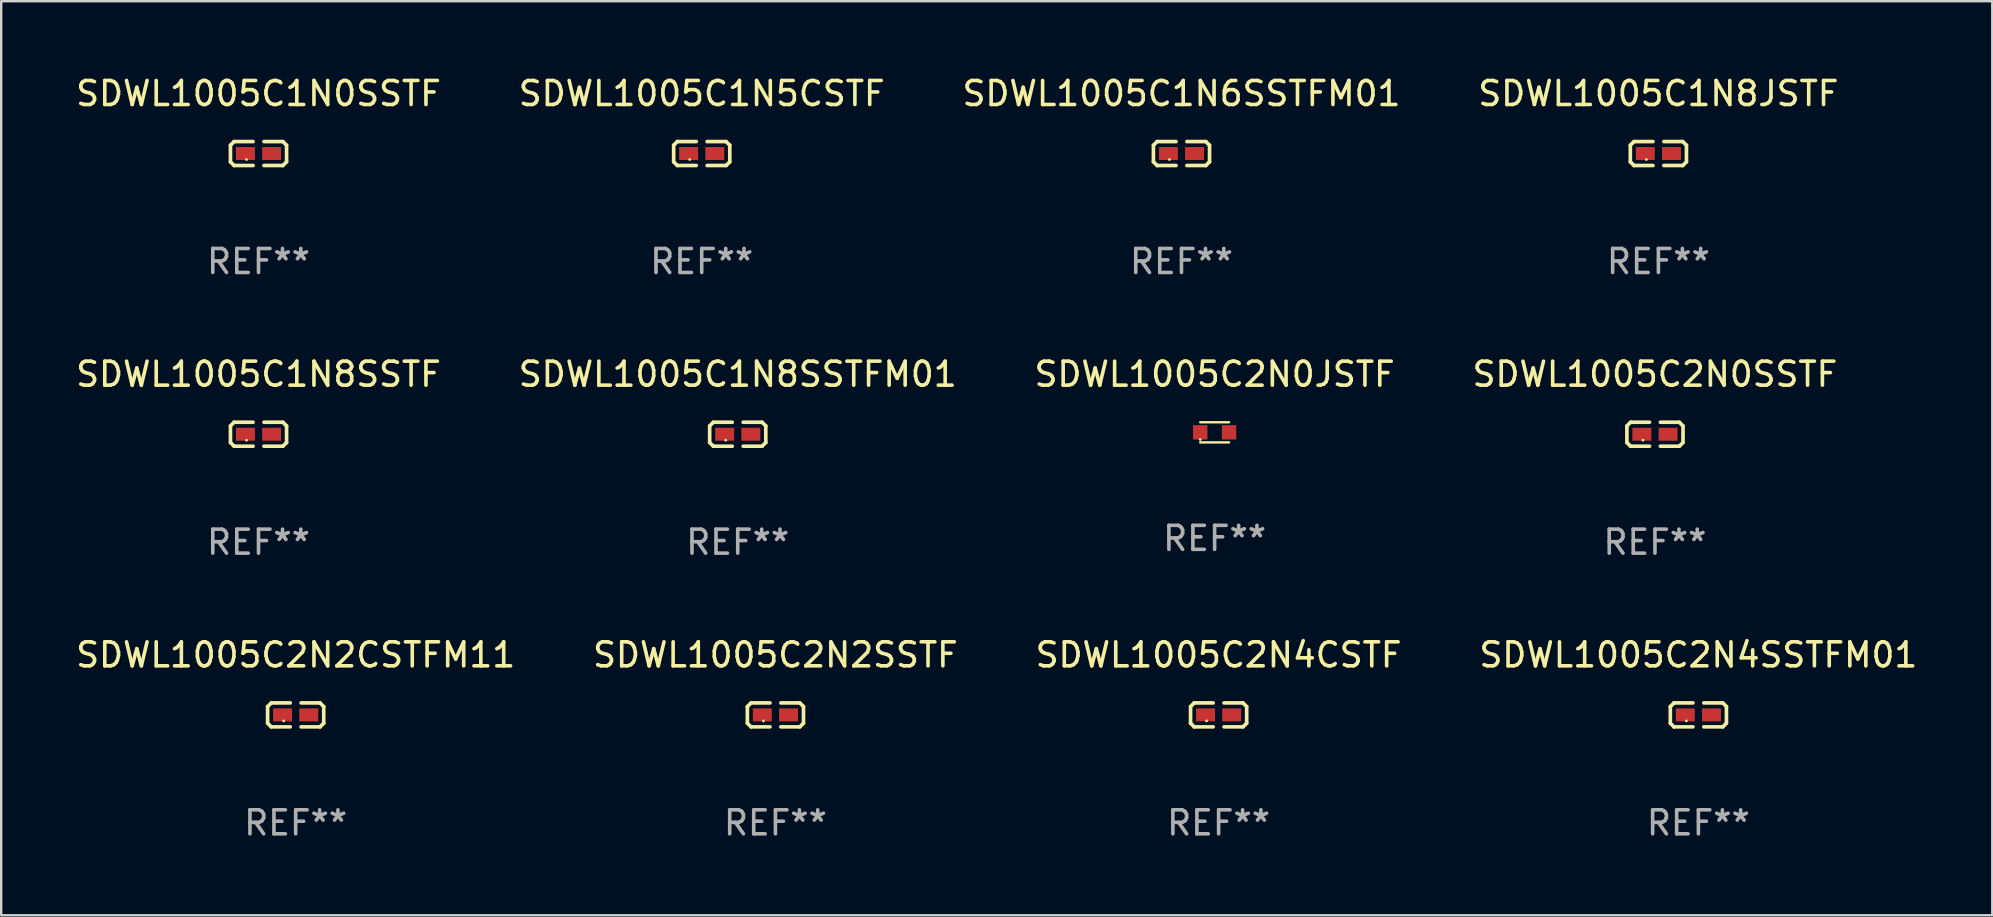
<source format=kicad_pcb>
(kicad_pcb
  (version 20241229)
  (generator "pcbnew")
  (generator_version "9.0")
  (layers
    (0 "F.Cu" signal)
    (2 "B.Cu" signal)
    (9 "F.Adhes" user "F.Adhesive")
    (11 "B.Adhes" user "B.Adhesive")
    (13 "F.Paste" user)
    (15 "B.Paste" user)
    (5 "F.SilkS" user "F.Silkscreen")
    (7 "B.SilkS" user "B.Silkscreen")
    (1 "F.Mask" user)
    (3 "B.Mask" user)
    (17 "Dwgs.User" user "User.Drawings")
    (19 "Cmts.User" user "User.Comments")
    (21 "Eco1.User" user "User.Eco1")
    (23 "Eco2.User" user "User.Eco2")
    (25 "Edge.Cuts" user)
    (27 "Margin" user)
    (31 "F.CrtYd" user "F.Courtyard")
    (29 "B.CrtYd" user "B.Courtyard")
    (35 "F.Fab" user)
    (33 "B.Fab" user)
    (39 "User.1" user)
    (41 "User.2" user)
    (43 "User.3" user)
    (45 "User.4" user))
  (footprint "SDWL1005C2N4CSTF"
    (layer "F.Cu")
    (at 47.72 26.734)
    (property "Reference" "SDWL1005C2N4CSTF" (at 0 -2.499 0) (layer "F.SilkS") (effects (font (size 1 1) (thickness 0.15))))
    (attr through_hole)
    (fp_line (start -1.169 -0.346) (end -1.016 -0.499) (stroke (width 0.152) (type solid)) (layer "F.SilkS"))
    (fp_line (start -1.169 0.346) (end -1.169 -0.346) (stroke (width 0.152) (type solid)) (layer "F.SilkS"))
    (fp_line (start -1.016 -0.499) (end -0.226 -0.499) (stroke (width 0.152) (type solid)) (layer "F.SilkS"))
    (fp_line (start -1.016 0.499) (end -1.169 0.346) (stroke (width 0.152) (type solid)) (layer "F.SilkS"))
    (fp_line (start -0.226 0.499) (end -1.016 0.499) (stroke (width 0.152) (type solid)) (layer "F.SilkS"))
    (fp_line (start 0.226 0.499) (end 1.016 0.499) (stroke (width 0.152) (type solid)) (layer "F.SilkS"))
    (fp_line (start 1.016 -0.499) (end 0.226 -0.499) (stroke (width 0.152) (type solid)) (layer "F.SilkS"))
    (fp_line (start 1.016 0.499) (end 1.169 0.346) (stroke (width 0.152) (type solid)) (layer "F.SilkS"))
    (fp_line (start 1.169 -0.346) (end 1.016 -0.499) (stroke (width 0.152) (type solid)) (layer "F.SilkS"))
    (fp_line (start 1.169 0.346) (end 1.169 -0.346) (stroke (width 0.152) (type solid)) (layer "F.SilkS"))
    (fp_circle (center -0.5 0.25) (end -0.47 0.25) (stroke (width 0.06) (type solid)) (fill no) (layer "F.SilkS"))
    (fp_text user "REF**" (at 0 4.499 0) (layer "F.Fab") (effects (font (size 1 1) (thickness 0.15))))
    (pad "1" smd rect (at -0.545 0) (size 0.79 0.54) (layers "F.Cu" "F.Mask" "F.Paste"))
    (pad "2" smd rect (at 0.545 0) (size 0.79 0.54) (layers "F.Cu" "F.Mask" "F.Paste")))
  (footprint "SDWL1005C1N8SSTFM01"
    (layer "F.Cu")
    (at 27.685 15.041)
    (property "Reference" "SDWL1005C1N8SSTFM01" (at 0 -2.499 0) (layer "F.SilkS") (effects (font (size 1 1) (thickness 0.15))))
    (attr through_hole)
    (fp_line (start -1.169 -0.346) (end -1.016 -0.499) (stroke (width 0.152) (type solid)) (layer "F.SilkS"))
    (fp_line (start -1.169 0.346) (end -1.169 -0.346) (stroke (width 0.152) (type solid)) (layer "F.SilkS"))
    (fp_line (start -1.016 -0.499) (end -0.226 -0.499) (stroke (width 0.152) (type solid)) (layer "F.SilkS"))
    (fp_line (start -1.016 0.499) (end -1.169 0.346) (stroke (width 0.152) (type solid)) (layer "F.SilkS"))
    (fp_line (start -0.226 0.499) (end -1.016 0.499) (stroke (width 0.152) (type solid)) (layer "F.SilkS"))
    (fp_line (start 0.226 0.499) (end 1.016 0.499) (stroke (width 0.152) (type solid)) (layer "F.SilkS"))
    (fp_line (start 1.016 -0.499) (end 0.226 -0.499) (stroke (width 0.152) (type solid)) (layer "F.SilkS"))
    (fp_line (start 1.016 0.499) (end 1.169 0.346) (stroke (width 0.152) (type solid)) (layer "F.SilkS"))
    (fp_line (start 1.169 -0.346) (end 1.016 -0.499) (stroke (width 0.152) (type solid)) (layer "F.SilkS"))
    (fp_line (start 1.169 0.346) (end 1.169 -0.346) (stroke (width 0.152) (type solid)) (layer "F.SilkS"))
    (fp_circle (center -0.5 0.25) (end -0.47 0.25) (stroke (width 0.06) (type solid)) (fill no) (layer "F.SilkS"))
    (fp_text user "REF**" (at 0 4.499 0) (layer "F.Fab") (effects (font (size 1 1) (thickness 0.15))))
    (pad "1" smd rect (at -0.545 0) (size 0.79 0.54) (layers "F.Cu" "F.Mask" "F.Paste"))
    (pad "2" smd rect (at 0.545 0) (size 0.79 0.54) (layers "F.Cu" "F.Mask" "F.Paste")))
  (footprint "SDWL1005C2N0SSTF"
    (layer "F.Cu")
    (at 65.899 15.041)
    (property "Reference" "SDWL1005C2N0SSTF" (at 0 -2.499 0) (layer "F.SilkS") (effects (font (size 1 1) (thickness 0.15))))
    (attr through_hole)
    (fp_line (start -1.169 -0.346) (end -1.016 -0.499) (stroke (width 0.152) (type solid)) (layer "F.SilkS"))
    (fp_line (start -1.169 0.346) (end -1.169 -0.346) (stroke (width 0.152) (type solid)) (layer "F.SilkS"))
    (fp_line (start -1.016 -0.499) (end -0.226 -0.499) (stroke (width 0.152) (type solid)) (layer "F.SilkS"))
    (fp_line (start -1.016 0.499) (end -1.169 0.346) (stroke (width 0.152) (type solid)) (layer "F.SilkS"))
    (fp_line (start -0.226 0.499) (end -1.016 0.499) (stroke (width 0.152) (type solid)) (layer "F.SilkS"))
    (fp_line (start 0.226 0.499) (end 1.016 0.499) (stroke (width 0.152) (type solid)) (layer "F.SilkS"))
    (fp_line (start 1.016 -0.499) (end 0.226 -0.499) (stroke (width 0.152) (type solid)) (layer "F.SilkS"))
    (fp_line (start 1.016 0.499) (end 1.169 0.346) (stroke (width 0.152) (type solid)) (layer "F.SilkS"))
    (fp_line (start 1.169 -0.346) (end 1.016 -0.499) (stroke (width 0.152) (type solid)) (layer "F.SilkS"))
    (fp_line (start 1.169 0.346) (end 1.169 -0.346) (stroke (width 0.152) (type solid)) (layer "F.SilkS"))
    (fp_circle (center -0.5 0.25) (end -0.47 0.25) (stroke (width 0.06) (type solid)) (fill no) (layer "F.SilkS"))
    (fp_text user "REF**" (at 0 4.499 0) (layer "F.Fab") (effects (font (size 1 1) (thickness 0.15))))
    (pad "1" smd rect (at -0.545 0) (size 0.79 0.54) (layers "F.Cu" "F.Mask" "F.Paste"))
    (pad "2" smd rect (at 0.545 0) (size 0.79 0.54) (layers "F.Cu" "F.Mask" "F.Paste")))
  (footprint "SDWL1005C1N8SSTF"
    (layer "F.Cu")
    (at 7.72 15.041)
    (property "Reference" "SDWL1005C1N8SSTF" (at 0 -2.499 0) (layer "F.SilkS") (effects (font (size 1 1) (thickness 0.15))))
    (attr through_hole)
    (fp_line (start -1.169 -0.346) (end -1.016 -0.499) (stroke (width 0.152) (type solid)) (layer "F.SilkS"))
    (fp_line (start -1.169 0.346) (end -1.169 -0.346) (stroke (width 0.152) (type solid)) (layer "F.SilkS"))
    (fp_line (start -1.016 -0.499) (end -0.226 -0.499) (stroke (width 0.152) (type solid)) (layer "F.SilkS"))
    (fp_line (start -1.016 0.499) (end -1.169 0.346) (stroke (width 0.152) (type solid)) (layer "F.SilkS"))
    (fp_line (start -0.226 0.499) (end -1.016 0.499) (stroke (width 0.152) (type solid)) (layer "F.SilkS"))
    (fp_line (start 0.226 0.499) (end 1.016 0.499) (stroke (width 0.152) (type solid)) (layer "F.SilkS"))
    (fp_line (start 1.016 -0.499) (end 0.226 -0.499) (stroke (width 0.152) (type solid)) (layer "F.SilkS"))
    (fp_line (start 1.016 0.499) (end 1.169 0.346) (stroke (width 0.152) (type solid)) (layer "F.SilkS"))
    (fp_line (start 1.169 -0.346) (end 1.016 -0.499) (stroke (width 0.152) (type solid)) (layer "F.SilkS"))
    (fp_line (start 1.169 0.346) (end 1.169 -0.346) (stroke (width 0.152) (type solid)) (layer "F.SilkS"))
    (fp_circle (center -0.5 0.25) (end -0.47 0.25) (stroke (width 0.06) (type solid)) (fill no) (layer "F.SilkS"))
    (fp_text user "REF**" (at 0 4.499 0) (layer "F.Fab") (effects (font (size 1 1) (thickness 0.15))))
    (pad "1" smd rect (at -0.545 0) (size 0.79 0.54) (layers "F.Cu" "F.Mask" "F.Paste"))
    (pad "2" smd rect (at 0.545 0) (size 0.79 0.54) (layers "F.Cu" "F.Mask" "F.Paste")))
  (footprint "SDWL1005C1N8JSTF"
    (layer "F.Cu")
    (at 66.042 3.347)
    (property "Reference" "SDWL1005C1N8JSTF" (at 0 -2.499 0) (layer "F.SilkS") (effects (font (size 1 1) (thickness 0.15))))
    (attr through_hole)
    (fp_line (start -1.169 -0.346) (end -1.016 -0.499) (stroke (width 0.152) (type solid)) (layer "F.SilkS"))
    (fp_line (start -1.169 0.346) (end -1.169 -0.346) (stroke (width 0.152) (type solid)) (layer "F.SilkS"))
    (fp_line (start -1.016 -0.499) (end -0.226 -0.499) (stroke (width 0.152) (type solid)) (layer "F.SilkS"))
    (fp_line (start -1.016 0.499) (end -1.169 0.346) (stroke (width 0.152) (type solid)) (layer "F.SilkS"))
    (fp_line (start -0.226 0.499) (end -1.016 0.499) (stroke (width 0.152) (type solid)) (layer "F.SilkS"))
    (fp_line (start 0.226 0.499) (end 1.016 0.499) (stroke (width 0.152) (type solid)) (layer "F.SilkS"))
    (fp_line (start 1.016 -0.499) (end 0.226 -0.499) (stroke (width 0.152) (type solid)) (layer "F.SilkS"))
    (fp_line (start 1.016 0.499) (end 1.169 0.346) (stroke (width 0.152) (type solid)) (layer "F.SilkS"))
    (fp_line (start 1.169 -0.346) (end 1.016 -0.499) (stroke (width 0.152) (type solid)) (layer "F.SilkS"))
    (fp_line (start 1.169 0.346) (end 1.169 -0.346) (stroke (width 0.152) (type solid)) (layer "F.SilkS"))
    (fp_circle (center -0.5 0.25) (end -0.47 0.25) (stroke (width 0.06) (type solid)) (fill no) (layer "F.SilkS"))
    (fp_text user "REF**" (at 0 4.499 0) (layer "F.Fab") (effects (font (size 1 1) (thickness 0.15))))
    (pad "1" smd rect (at -0.545 0) (size 0.79 0.54) (layers "F.Cu" "F.Mask" "F.Paste"))
    (pad "2" smd rect (at 0.545 0) (size 0.79 0.54) (layers "F.Cu" "F.Mask" "F.Paste")))
  (footprint "SDWL1005C2N2CSTFM11"
    (layer "F.Cu")
    (at 9.268 26.734)
    (property "Reference" "SDWL1005C2N2CSTFM11" (at 0 -2.499 0) (layer "F.SilkS") (effects (font (size 1 1) (thickness 0.15))))
    (attr through_hole)
    (fp_line (start -1.169 -0.346) (end -1.016 -0.499) (stroke (width 0.152) (type solid)) (layer "F.SilkS"))
    (fp_line (start -1.169 0.346) (end -1.169 -0.346) (stroke (width 0.152) (type solid)) (layer "F.SilkS"))
    (fp_line (start -1.016 -0.499) (end -0.226 -0.499) (stroke (width 0.152) (type solid)) (layer "F.SilkS"))
    (fp_line (start -1.016 0.499) (end -1.169 0.346) (stroke (width 0.152) (type solid)) (layer "F.SilkS"))
    (fp_line (start -0.226 0.499) (end -1.016 0.499) (stroke (width 0.152) (type solid)) (layer "F.SilkS"))
    (fp_line (start 0.226 0.499) (end 1.016 0.499) (stroke (width 0.152) (type solid)) (layer "F.SilkS"))
    (fp_line (start 1.016 -0.499) (end 0.226 -0.499) (stroke (width 0.152) (type solid)) (layer "F.SilkS"))
    (fp_line (start 1.016 0.499) (end 1.169 0.346) (stroke (width 0.152) (type solid)) (layer "F.SilkS"))
    (fp_line (start 1.169 -0.346) (end 1.016 -0.499) (stroke (width 0.152) (type solid)) (layer "F.SilkS"))
    (fp_line (start 1.169 0.346) (end 1.169 -0.346) (stroke (width 0.152) (type solid)) (layer "F.SilkS"))
    (fp_circle (center -0.5 0.25) (end -0.47 0.25) (stroke (width 0.06) (type solid)) (fill no) (layer "F.SilkS"))
    (fp_text user "REF**" (at 0 4.499 0) (layer "F.Fab") (effects (font (size 1 1) (thickness 0.15))))
    (pad "1" smd rect (at -0.545 0) (size 0.79 0.54) (layers "F.Cu" "F.Mask" "F.Paste"))
    (pad "2" smd rect (at 0.545 0) (size 0.79 0.54) (layers "F.Cu" "F.Mask" "F.Paste")))
  (footprint "SDWL1005C2N4SSTFM01"
    (layer "F.Cu")
    (at 67.708 26.734)
    (property "Reference" "SDWL1005C2N4SSTFM01" (at 0 -2.499 0) (layer "F.SilkS") (effects (font (size 1 1) (thickness 0.15))))
    (attr through_hole)
    (fp_line (start -1.169 -0.346) (end -1.016 -0.499) (stroke (width 0.152) (type solid)) (layer "F.SilkS"))
    (fp_line (start -1.169 0.346) (end -1.169 -0.346) (stroke (width 0.152) (type solid)) (layer "F.SilkS"))
    (fp_line (start -1.016 -0.499) (end -0.226 -0.499) (stroke (width 0.152) (type solid)) (layer "F.SilkS"))
    (fp_line (start -1.016 0.499) (end -1.169 0.346) (stroke (width 0.152) (type solid)) (layer "F.SilkS"))
    (fp_line (start -0.226 0.499) (end -1.016 0.499) (stroke (width 0.152) (type solid)) (layer "F.SilkS"))
    (fp_line (start 0.226 0.499) (end 1.016 0.499) (stroke (width 0.152) (type solid)) (layer "F.SilkS"))
    (fp_line (start 1.016 -0.499) (end 0.226 -0.499) (stroke (width 0.152) (type solid)) (layer "F.SilkS"))
    (fp_line (start 1.016 0.499) (end 1.169 0.346) (stroke (width 0.152) (type solid)) (layer "F.SilkS"))
    (fp_line (start 1.169 -0.346) (end 1.016 -0.499) (stroke (width 0.152) (type solid)) (layer "F.SilkS"))
    (fp_line (start 1.169 0.346) (end 1.169 -0.346) (stroke (width 0.152) (type solid)) (layer "F.SilkS"))
    (fp_circle (center -0.5 0.25) (end -0.47 0.25) (stroke (width 0.06) (type solid)) (fill no) (layer "F.SilkS"))
    (fp_text user "REF**" (at 0 4.499 0) (layer "F.Fab") (effects (font (size 1 1) (thickness 0.15))))
    (pad "1" smd rect (at -0.545 0) (size 0.79 0.54) (layers "F.Cu" "F.Mask" "F.Paste"))
    (pad "2" smd rect (at 0.545 0) (size 0.79 0.54) (layers "F.Cu" "F.Mask" "F.Paste")))
  (footprint "SDWL1005C2N0JSTF"
    (layer "F.Cu")
    (at 47.554 14.962)
    (property "Reference" "SDWL1005C2N0JSTF" (at 0 -2.42 0) (layer "F.SilkS") (effects (font (size 1 1) (thickness 0.15))))
    (attr through_hole)
    (fp_line (start -0.6 -0.42) (end 0.6 -0.42) (stroke (width 0.1) (type solid)) (layer "F.SilkS"))
    (fp_line (start -0.6 0.42) (end 0.6 0.42) (stroke (width 0.1) (type solid)) (layer "F.SilkS"))
    (fp_circle (center -0.6 0.3) (end -0.57 0.3) (stroke (width 0.06) (type solid)) (fill no) (layer "F.SilkS"))
    (fp_text user "REF**" (at 0 4.42 0) (layer "F.Fab") (effects (font (size 1 1) (thickness 0.15))))
    (pad "1" smd rect (at -0.6 0) (size 0.6 0.6) (layers "F.Cu" "F.Mask" "F.Paste"))
    (pad "2" smd rect (at 0.6 0) (size 0.6 0.6) (layers "F.Cu" "F.Mask" "F.Paste")))
  (footprint "SDWL1005C1N5CSTF"
    (layer "F.Cu")
    (at 26.185 3.347)
    (property "Reference" "SDWL1005C1N5CSTF" (at 0 -2.499 0) (layer "F.SilkS") (effects (font (size 1 1) (thickness 0.15))))
    (attr through_hole)
    (fp_line (start -1.169 -0.346) (end -1.016 -0.499) (stroke (width 0.152) (type solid)) (layer "F.SilkS"))
    (fp_line (start -1.169 0.346) (end -1.169 -0.346) (stroke (width 0.152) (type solid)) (layer "F.SilkS"))
    (fp_line (start -1.016 -0.499) (end -0.226 -0.499) (stroke (width 0.152) (type solid)) (layer "F.SilkS"))
    (fp_line (start -1.016 0.499) (end -1.169 0.346) (stroke (width 0.152) (type solid)) (layer "F.SilkS"))
    (fp_line (start -0.226 0.499) (end -1.016 0.499) (stroke (width 0.152) (type solid)) (layer "F.SilkS"))
    (fp_line (start 0.226 0.499) (end 1.016 0.499) (stroke (width 0.152) (type solid)) (layer "F.SilkS"))
    (fp_line (start 1.016 -0.499) (end 0.226 -0.499) (stroke (width 0.152) (type solid)) (layer "F.SilkS"))
    (fp_line (start 1.016 0.499) (end 1.169 0.346) (stroke (width 0.152) (type solid)) (layer "F.SilkS"))
    (fp_line (start 1.169 -0.346) (end 1.016 -0.499) (stroke (width 0.152) (type solid)) (layer "F.SilkS"))
    (fp_line (start 1.169 0.346) (end 1.169 -0.346) (stroke (width 0.152) (type solid)) (layer "F.SilkS"))
    (fp_circle (center -0.5 0.25) (end -0.47 0.25) (stroke (width 0.06) (type solid)) (fill no) (layer "F.SilkS"))
    (fp_text user "REF**" (at 0 4.499 0) (layer "F.Fab") (effects (font (size 1 1) (thickness 0.15))))
    (pad "1" smd rect (at -0.545 0) (size 0.79 0.54) (layers "F.Cu" "F.Mask" "F.Paste"))
    (pad "2" smd rect (at 0.545 0) (size 0.79 0.54) (layers "F.Cu" "F.Mask" "F.Paste")))
  (footprint "SDWL1005C1N0SSTF"
    (layer "F.Cu")
    (at 7.72 3.347)
    (property "Reference" "SDWL1005C1N0SSTF" (at 0 -2.499 0) (layer "F.SilkS") (effects (font (size 1 1) (thickness 0.15))))
    (attr through_hole)
    (fp_line (start -1.169 -0.346) (end -1.016 -0.499) (stroke (width 0.152) (type solid)) (layer "F.SilkS"))
    (fp_line (start -1.169 0.346) (end -1.169 -0.346) (stroke (width 0.152) (type solid)) (layer "F.SilkS"))
    (fp_line (start -1.016 -0.499) (end -0.226 -0.499) (stroke (width 0.152) (type solid)) (layer "F.SilkS"))
    (fp_line (start -1.016 0.499) (end -1.169 0.346) (stroke (width 0.152) (type solid)) (layer "F.SilkS"))
    (fp_line (start -0.226 0.499) (end -1.016 0.499) (stroke (width 0.152) (type solid)) (layer "F.SilkS"))
    (fp_line (start 0.226 0.499) (end 1.016 0.499) (stroke (width 0.152) (type solid)) (layer "F.SilkS"))
    (fp_line (start 1.016 -0.499) (end 0.226 -0.499) (stroke (width 0.152) (type solid)) (layer "F.SilkS"))
    (fp_line (start 1.016 0.499) (end 1.169 0.346) (stroke (width 0.152) (type solid)) (layer "F.SilkS"))
    (fp_line (start 1.169 -0.346) (end 1.016 -0.499) (stroke (width 0.152) (type solid)) (layer "F.SilkS"))
    (fp_line (start 1.169 0.346) (end 1.169 -0.346) (stroke (width 0.152) (type solid)) (layer "F.SilkS"))
    (fp_circle (center -0.5 0.25) (end -0.47 0.25) (stroke (width 0.06) (type solid)) (fill no) (layer "F.SilkS"))
    (fp_text user "REF**" (at 0 4.499 0) (layer "F.Fab") (effects (font (size 1 1) (thickness 0.15))))
    (pad "1" smd rect (at -0.545 0) (size 0.79 0.54) (layers "F.Cu" "F.Mask" "F.Paste"))
    (pad "2" smd rect (at 0.545 0) (size 0.79 0.54) (layers "F.Cu" "F.Mask" "F.Paste")))
  (footprint "SDWL1005C1N6SSTFM01"
    (layer "F.Cu")
    (at 46.173 3.347)
    (property "Reference" "SDWL1005C1N6SSTFM01" (at 0 -2.499 0) (layer "F.SilkS") (effects (font (size 1 1) (thickness 0.15))))
    (attr through_hole)
    (fp_line (start -1.169 -0.346) (end -1.016 -0.499) (stroke (width 0.152) (type solid)) (layer "F.SilkS"))
    (fp_line (start -1.169 0.346) (end -1.169 -0.346) (stroke (width 0.152) (type solid)) (layer "F.SilkS"))
    (fp_line (start -1.016 -0.499) (end -0.226 -0.499) (stroke (width 0.152) (type solid)) (layer "F.SilkS"))
    (fp_line (start -1.016 0.499) (end -1.169 0.346) (stroke (width 0.152) (type solid)) (layer "F.SilkS"))
    (fp_line (start -0.226 0.499) (end -1.016 0.499) (stroke (width 0.152) (type solid)) (layer "F.SilkS"))
    (fp_line (start 0.226 0.499) (end 1.016 0.499) (stroke (width 0.152) (type solid)) (layer "F.SilkS"))
    (fp_line (start 1.016 -0.499) (end 0.226 -0.499) (stroke (width 0.152) (type solid)) (layer "F.SilkS"))
    (fp_line (start 1.016 0.499) (end 1.169 0.346) (stroke (width 0.152) (type solid)) (layer "F.SilkS"))
    (fp_line (start 1.169 -0.346) (end 1.016 -0.499) (stroke (width 0.152) (type solid)) (layer "F.SilkS"))
    (fp_line (start 1.169 0.346) (end 1.169 -0.346) (stroke (width 0.152) (type solid)) (layer "F.SilkS"))
    (fp_circle (center -0.5 0.25) (end -0.47 0.25) (stroke (width 0.06) (type solid)) (fill no) (layer "F.SilkS"))
    (fp_text user "REF**" (at 0 4.499 0) (layer "F.Fab") (effects (font (size 1 1) (thickness 0.15))))
    (pad "1" smd rect (at -0.545 0) (size 0.79 0.54) (layers "F.Cu" "F.Mask" "F.Paste"))
    (pad "2" smd rect (at 0.545 0) (size 0.79 0.54) (layers "F.Cu" "F.Mask" "F.Paste")))
  (footprint "SDWL1005C2N2SSTF"
    (layer "F.Cu")
    (at 29.256 26.734)
    (property "Reference" "SDWL1005C2N2SSTF" (at 0 -2.499 0) (layer "F.SilkS") (effects (font (size 1 1) (thickness 0.15))))
    (attr through_hole)
    (fp_line (start -1.169 -0.346) (end -1.016 -0.499) (stroke (width 0.152) (type solid)) (layer "F.SilkS"))
    (fp_line (start -1.169 0.346) (end -1.169 -0.346) (stroke (width 0.152) (type solid)) (layer "F.SilkS"))
    (fp_line (start -1.016 -0.499) (end -0.226 -0.499) (stroke (width 0.152) (type solid)) (layer "F.SilkS"))
    (fp_line (start -1.016 0.499) (end -1.169 0.346) (stroke (width 0.152) (type solid)) (layer "F.SilkS"))
    (fp_line (start -0.226 0.499) (end -1.016 0.499) (stroke (width 0.152) (type solid)) (layer "F.SilkS"))
    (fp_line (start 0.226 0.499) (end 1.016 0.499) (stroke (width 0.152) (type solid)) (layer "F.SilkS"))
    (fp_line (start 1.016 -0.499) (end 0.226 -0.499) (stroke (width 0.152) (type solid)) (layer "F.SilkS"))
    (fp_line (start 1.016 0.499) (end 1.169 0.346) (stroke (width 0.152) (type solid)) (layer "F.SilkS"))
    (fp_line (start 1.169 -0.346) (end 1.016 -0.499) (stroke (width 0.152) (type solid)) (layer "F.SilkS"))
    (fp_line (start 1.169 0.346) (end 1.169 -0.346) (stroke (width 0.152) (type solid)) (layer "F.SilkS"))
    (fp_circle (center -0.5 0.25) (end -0.47 0.25) (stroke (width 0.06) (type solid)) (fill no) (layer "F.SilkS"))
    (fp_text user "REF**" (at 0 4.499 0) (layer "F.Fab") (effects (font (size 1 1) (thickness 0.15))))
    (pad "1" smd rect (at -0.545 0) (size 0.79 0.54) (layers "F.Cu" "F.Mask" "F.Paste"))
    (pad "2" smd rect (at 0.545 0) (size 0.79 0.54) (layers "F.Cu" "F.Mask" "F.Paste")))
  (gr_rect
    (start -3 -3)
    (end 79.952 35.081)
    (stroke (width 0.1) (type default))
    (fill no)
    (layer "Edge.Cuts")))
</source>
